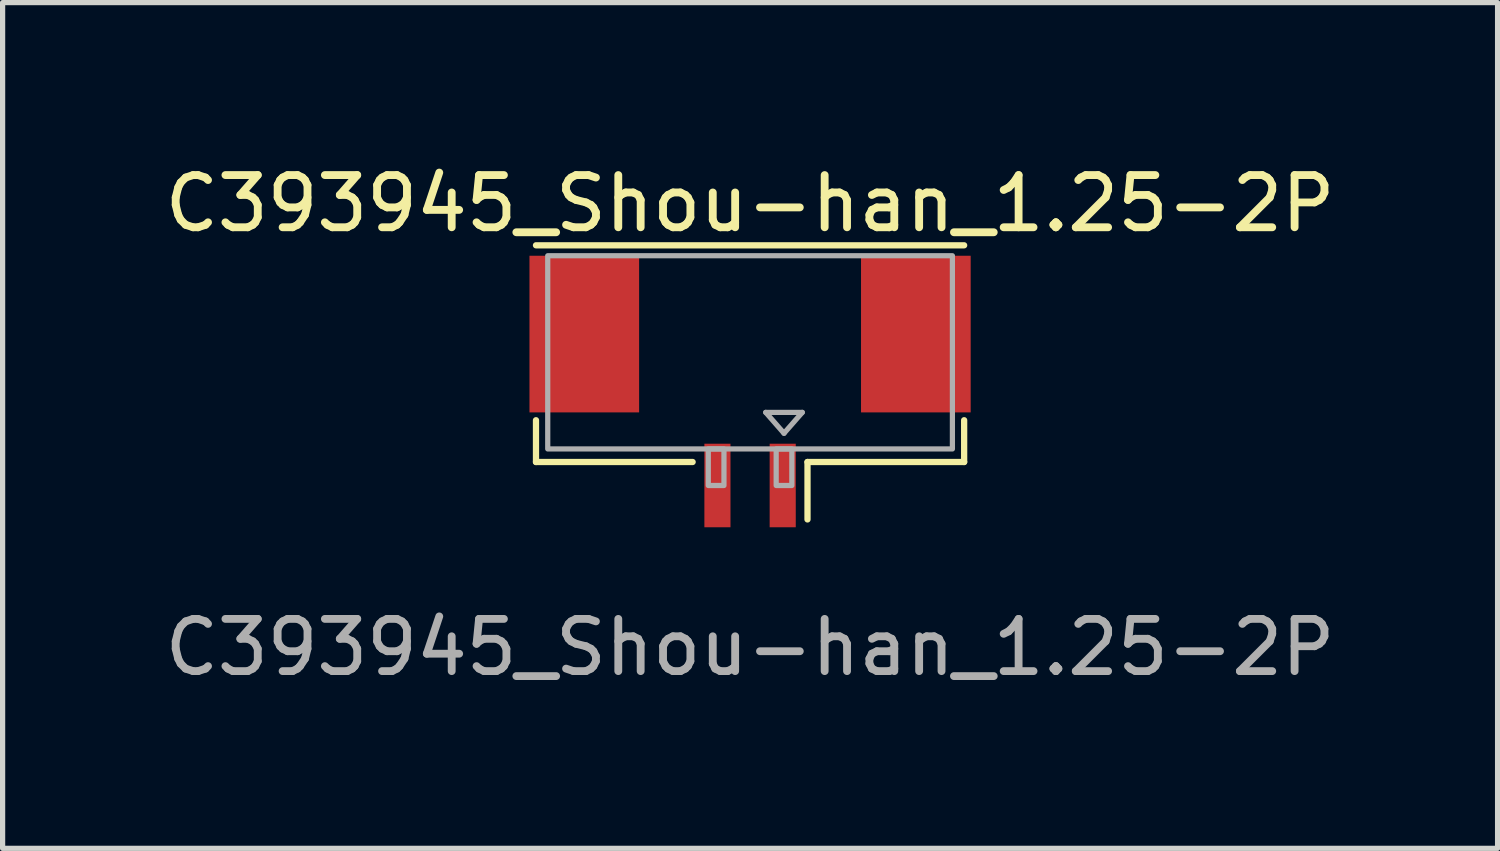
<source format=kicad_pcb>
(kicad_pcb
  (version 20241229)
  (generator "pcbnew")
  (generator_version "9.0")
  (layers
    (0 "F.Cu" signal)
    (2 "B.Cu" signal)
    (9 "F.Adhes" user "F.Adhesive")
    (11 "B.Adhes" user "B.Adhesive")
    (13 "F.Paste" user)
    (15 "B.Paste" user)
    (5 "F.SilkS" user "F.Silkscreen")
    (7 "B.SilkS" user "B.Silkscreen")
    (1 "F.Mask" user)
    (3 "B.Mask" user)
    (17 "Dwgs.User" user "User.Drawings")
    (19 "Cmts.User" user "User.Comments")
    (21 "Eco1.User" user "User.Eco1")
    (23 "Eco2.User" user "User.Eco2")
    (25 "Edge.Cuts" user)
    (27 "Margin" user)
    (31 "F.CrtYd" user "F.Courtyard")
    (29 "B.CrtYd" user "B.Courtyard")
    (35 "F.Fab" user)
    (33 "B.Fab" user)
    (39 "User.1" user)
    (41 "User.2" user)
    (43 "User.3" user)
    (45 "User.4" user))
  (footprint "C393945_Shou-han_1.25-2P"
    (layer "F.Cu")
    (at 11.315 4.848)
    (property "Reference" "C393945_Shou-han_1.25-2P" (at 0 -4 0) (unlocked yes) (layer "F.SilkS") (effects (font (size 1 1) (thickness 0.15))))
    (attr smd)
    (fp_line (start -4.1 0.15) (end -4.1 0.95) (stroke (width 0.12) (type default)) (layer "F.SilkS"))
    (fp_line (start -4.1 0.95) (end -1.1 0.95) (stroke (width 0.12) (type default)) (layer "F.SilkS"))
    (fp_line (start 1.1 0.95) (end 1.1 2.05) (stroke (width 0.12) (type default)) (layer "F.SilkS"))
    (fp_line (start 4.1 -3.2) (end -4.1 -3.2) (stroke (width 0.12) (type default)) (layer "F.SilkS"))
    (fp_line (start 4.1 0.15) (end 4.1 0.95) (stroke (width 0.12) (type default)) (layer "F.SilkS"))
    (fp_line (start 4.1 0.95) (end 1.1 0.95) (stroke (width 0.12) (type default)) (layer "F.SilkS"))
    (fp_line (start 0.3 0) (end 1 0) (stroke (width 0.1) (type default)) (layer "F.Fab"))
    (fp_line (start 0.65 0.4) (end 0.3 0) (stroke (width 0.1) (type default)) (layer "F.Fab"))
    (fp_line (start 1 0) (end 0.65 0.4) (stroke (width 0.1) (type default)) (layer "F.Fab"))
    (fp_rect (start -3.875 -3) (end 3.875 0.7) (stroke (width 0.1) (type default)) (fill no) (layer "F.Fab"))
    (fp_rect (start -0.8 0.7) (end -0.5 1.4) (stroke (width 0.1) (type default)) (fill no) (layer "F.Fab"))
    (fp_rect (start 0.5 0.7) (end 0.8 1.4) (stroke (width 0.1) (type default)) (fill no) (layer "F.Fab"))
    (fp_text user "${REFERENCE}" (at 0 4.5 0) (unlocked yes) (layer "F.Fab") (effects (font (size 1 1) (thickness 0.15))))
    (pad "" smd rect (at -3.175 -1.5) (size 2.1 3) (layers "F.Cu" "F.Mask" "F.Paste"))
    (pad "" smd rect (at 3.175 -1.5) (size 2.1 3) (layers "F.Cu" "F.Mask" "F.Paste"))
    (pad "1" smd rect (at 0.625 1.4) (size 0.5 1.6) (layers "F.Cu" "F.Mask" "F.Paste"))
    (pad "2" smd rect (at -0.625 1.4) (size 0.5 1.6) (layers "F.Cu" "F.Mask" "F.Paste")))
  (gr_rect
    (start -3 -3)
    (end 25.631 13.197)
    (stroke (width 0.1) (type default))
    (fill no)
    (layer "Edge.Cuts")))
</source>
